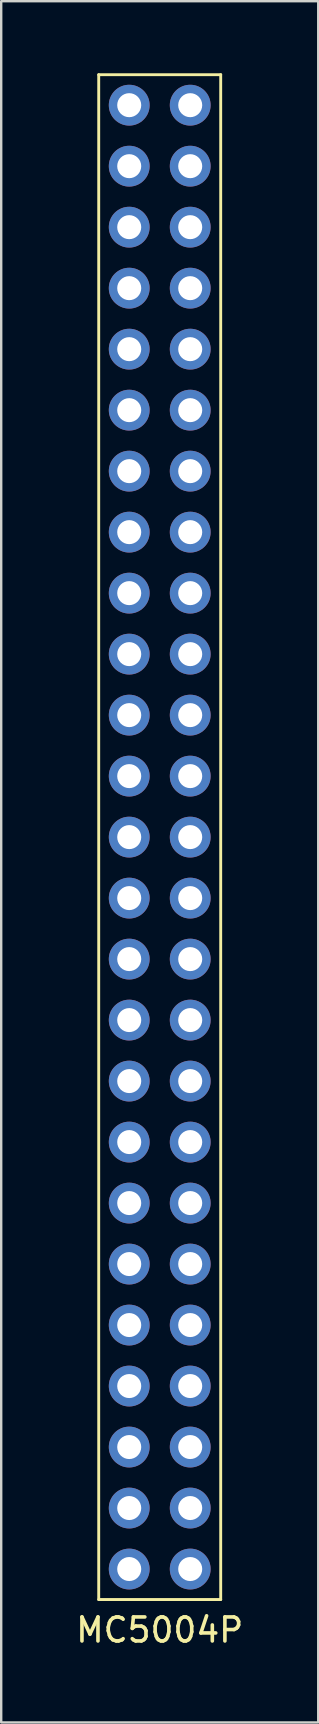
<source format=kicad_pcb>
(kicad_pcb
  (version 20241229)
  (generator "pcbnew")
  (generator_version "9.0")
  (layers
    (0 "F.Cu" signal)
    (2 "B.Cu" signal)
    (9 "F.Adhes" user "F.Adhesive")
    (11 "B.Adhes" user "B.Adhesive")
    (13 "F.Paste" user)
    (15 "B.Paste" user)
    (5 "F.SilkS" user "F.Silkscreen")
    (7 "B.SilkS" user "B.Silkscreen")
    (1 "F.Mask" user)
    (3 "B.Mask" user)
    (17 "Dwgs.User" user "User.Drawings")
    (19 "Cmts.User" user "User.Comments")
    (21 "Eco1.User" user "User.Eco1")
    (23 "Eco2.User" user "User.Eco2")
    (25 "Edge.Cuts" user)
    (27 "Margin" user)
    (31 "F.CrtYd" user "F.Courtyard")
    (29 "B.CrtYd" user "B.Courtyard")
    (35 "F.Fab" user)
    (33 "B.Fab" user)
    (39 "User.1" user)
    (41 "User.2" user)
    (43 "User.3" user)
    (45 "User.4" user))
  (footprint "MC5004P"
    (layer "F.Cu")
    (at 3.601 28)
    (property "Reference" "MC5004P" (at 0 36.83 0) (layer "F.SilkS") (effects (font (size 1 1) (thickness 0.15))))
    (attr through_hole)
    (fp_line (start -2.54 -27.94) (end 2.54 -27.94) (stroke (width 0.12) (type solid)) (layer "F.SilkS"))
    (fp_line (start -2.54 35.56) (end -2.54 -27.94) (stroke (width 0.12) (type solid)) (layer "F.SilkS"))
    (fp_line (start 2.54 -27.94) (end 2.54 35.56) (stroke (width 0.12) (type solid)) (layer "F.SilkS"))
    (fp_line (start 2.54 35.56) (end -2.54 35.56) (stroke (width 0.12) (type solid)) (layer "F.SilkS"))
    (pad "1" thru_hole circle (at 1.27 -26.67) (size 1.7 1.7) (drill 1) (layers "*.Cu" "*.Mask"))
    (pad "2" thru_hole circle (at -1.27 -26.67) (size 1.7 1.7) (drill 1) (layers "*.Cu" "*.Mask"))
    (pad "3" thru_hole circle (at 1.27 -24.13) (size 1.7 1.7) (drill 1) (layers "*.Cu" "*.Mask"))
    (pad "4" thru_hole circle (at -1.27 -24.13) (size 1.7 1.7) (drill 1) (layers "*.Cu" "*.Mask"))
    (pad "5" thru_hole circle (at 1.27 -21.59) (size 1.7 1.7) (drill 1) (layers "*.Cu" "*.Mask"))
    (pad "6" thru_hole circle (at -1.27 -21.59) (size 1.7 1.7) (drill 1) (layers "*.Cu" "*.Mask"))
    (pad "7" thru_hole circle (at 1.27 -19.05) (size 1.7 1.7) (drill 1) (layers "*.Cu" "*.Mask"))
    (pad "8" thru_hole circle (at -1.27 -19.05) (size 1.7 1.7) (drill 1) (layers "*.Cu" "*.Mask"))
    (pad "9" thru_hole circle (at 1.27 -16.51) (size 1.7 1.7) (drill 1) (layers "*.Cu" "*.Mask"))
    (pad "10" thru_hole circle (at -1.27 -16.51) (size 1.7 1.7) (drill 1) (layers "*.Cu" "*.Mask"))
    (pad "11" thru_hole circle (at 1.27 -13.97) (size 1.7 1.7) (drill 1) (layers "*.Cu" "*.Mask"))
    (pad "12" thru_hole circle (at -1.27 -13.97) (size 1.7 1.7) (drill 1) (layers "*.Cu" "*.Mask"))
    (pad "13" thru_hole circle (at 1.27 -11.43) (size 1.7 1.7) (drill 1) (layers "*.Cu" "*.Mask"))
    (pad "14" thru_hole circle (at -1.27 -11.43) (size 1.7 1.7) (drill 1) (layers "*.Cu" "*.Mask"))
    (pad "15" thru_hole circle (at 1.27 -8.89) (size 1.7 1.7) (drill 1) (layers "*.Cu" "*.Mask"))
    (pad "16" thru_hole circle (at -1.27 -8.89) (size 1.7 1.7) (drill 1) (layers "*.Cu" "*.Mask"))
    (pad "17" thru_hole circle (at 1.27 -6.35) (size 1.7 1.7) (drill 1) (layers "*.Cu" "*.Mask"))
    (pad "18" thru_hole circle (at -1.27 -6.35) (size 1.7 1.7) (drill 1) (layers "*.Cu" "*.Mask"))
    (pad "19" thru_hole circle (at 1.27 -3.81) (size 1.7 1.7) (drill 1) (layers "*.Cu" "*.Mask"))
    (pad "20" thru_hole circle (at -1.27 -3.81) (size 1.7 1.7) (drill 1) (layers "*.Cu" "*.Mask"))
    (pad "21" thru_hole circle (at 1.27 -1.27) (size 1.7 1.7) (drill 1) (layers "*.Cu" "*.Mask"))
    (pad "22" thru_hole circle (at -1.27 -1.27) (size 1.7 1.7) (drill 1) (layers "*.Cu" "*.Mask"))
    (pad "23" thru_hole circle (at 1.27 1.27) (size 1.7 1.7) (drill 1) (layers "*.Cu" "*.Mask"))
    (pad "24" thru_hole circle (at -1.27 1.27) (size 1.7 1.7) (drill 1) (layers "*.Cu" "*.Mask"))
    (pad "25" thru_hole circle (at 1.27 3.81) (size 1.7 1.7) (drill 1) (layers "*.Cu" "*.Mask"))
    (pad "26" thru_hole circle (at -1.27 3.81) (size 1.7 1.7) (drill 1) (layers "*.Cu" "*.Mask"))
    (pad "27" thru_hole circle (at 1.27 6.35) (size 1.7 1.7) (drill 1) (layers "*.Cu" "*.Mask"))
    (pad "28" thru_hole circle (at -1.27 6.35) (size 1.7 1.7) (drill 1) (layers "*.Cu" "*.Mask"))
    (pad "29" thru_hole circle (at 1.27 8.89) (size 1.7 1.7) (drill 1) (layers "*.Cu" "*.Mask"))
    (pad "30" thru_hole circle (at -1.27 8.89) (size 1.7 1.7) (drill 1) (layers "*.Cu" "*.Mask"))
    (pad "31" thru_hole circle (at 1.27 11.43) (size 1.7 1.7) (drill 1) (layers "*.Cu" "*.Mask"))
    (pad "32" thru_hole circle (at -1.27 11.43) (size 1.7 1.7) (drill 1) (layers "*.Cu" "*.Mask"))
    (pad "33" thru_hole circle (at 1.27 13.97) (size 1.7 1.7) (drill 1) (layers "*.Cu" "*.Mask"))
    (pad "34" thru_hole circle (at -1.27 13.97) (size 1.7 1.7) (drill 1) (layers "*.Cu" "*.Mask"))
    (pad "35" thru_hole circle (at 1.27 16.51) (size 1.7 1.7) (drill 1) (layers "*.Cu" "*.Mask"))
    (pad "36" thru_hole circle (at -1.27 16.51) (size 1.7 1.7) (drill 1) (layers "*.Cu" "*.Mask"))
    (pad "37" thru_hole circle (at 1.27 19.05) (size 1.7 1.7) (drill 1) (layers "*.Cu" "*.Mask"))
    (pad "38" thru_hole circle (at -1.27 19.05) (size 1.7 1.7) (drill 1) (layers "*.Cu" "*.Mask"))
    (pad "39" thru_hole circle (at 1.27 21.59) (size 1.7 1.7) (drill 1) (layers "*.Cu" "*.Mask"))
    (pad "40" thru_hole circle (at -1.27 21.59) (size 1.7 1.7) (drill 1) (layers "*.Cu" "*.Mask"))
    (pad "41" thru_hole circle (at 1.27 24.13) (size 1.7 1.7) (drill 1) (layers "*.Cu" "*.Mask"))
    (pad "42" thru_hole circle (at -1.27 24.13) (size 1.7 1.7) (drill 1) (layers "*.Cu" "*.Mask"))
    (pad "43" thru_hole circle (at 1.27 26.67) (size 1.7 1.7) (drill 1) (layers "*.Cu" "*.Mask"))
    (pad "44" thru_hole circle (at -1.27 26.67) (size 1.7 1.7) (drill 1) (layers "*.Cu" "*.Mask"))
    (pad "45" thru_hole circle (at 1.27 29.21) (size 1.7 1.7) (drill 1) (layers "*.Cu" "*.Mask"))
    (pad "46" thru_hole circle (at -1.27 29.21) (size 1.7 1.7) (drill 1) (layers "*.Cu" "*.Mask"))
    (pad "47" thru_hole circle (at 1.27 31.75) (size 1.7 1.7) (drill 1) (layers "*.Cu" "*.Mask"))
    (pad "48" thru_hole circle (at -1.27 31.75) (size 1.7 1.7) (drill 1) (layers "*.Cu" "*.Mask"))
    (pad "49" thru_hole circle (at 1.27 34.29) (size 1.7 1.7) (drill 1) (layers "*.Cu" "*.Mask"))
    (pad "50" thru_hole circle (at -1.27 34.29) (size 1.7 1.7) (drill 1) (layers "*.Cu" "*.Mask")))
  (gr_rect
    (start -3 -3)
    (end 10.202 68.678)
    (stroke (width 0.1) (type default))
    (fill no)
    (layer "Edge.Cuts")))
</source>
